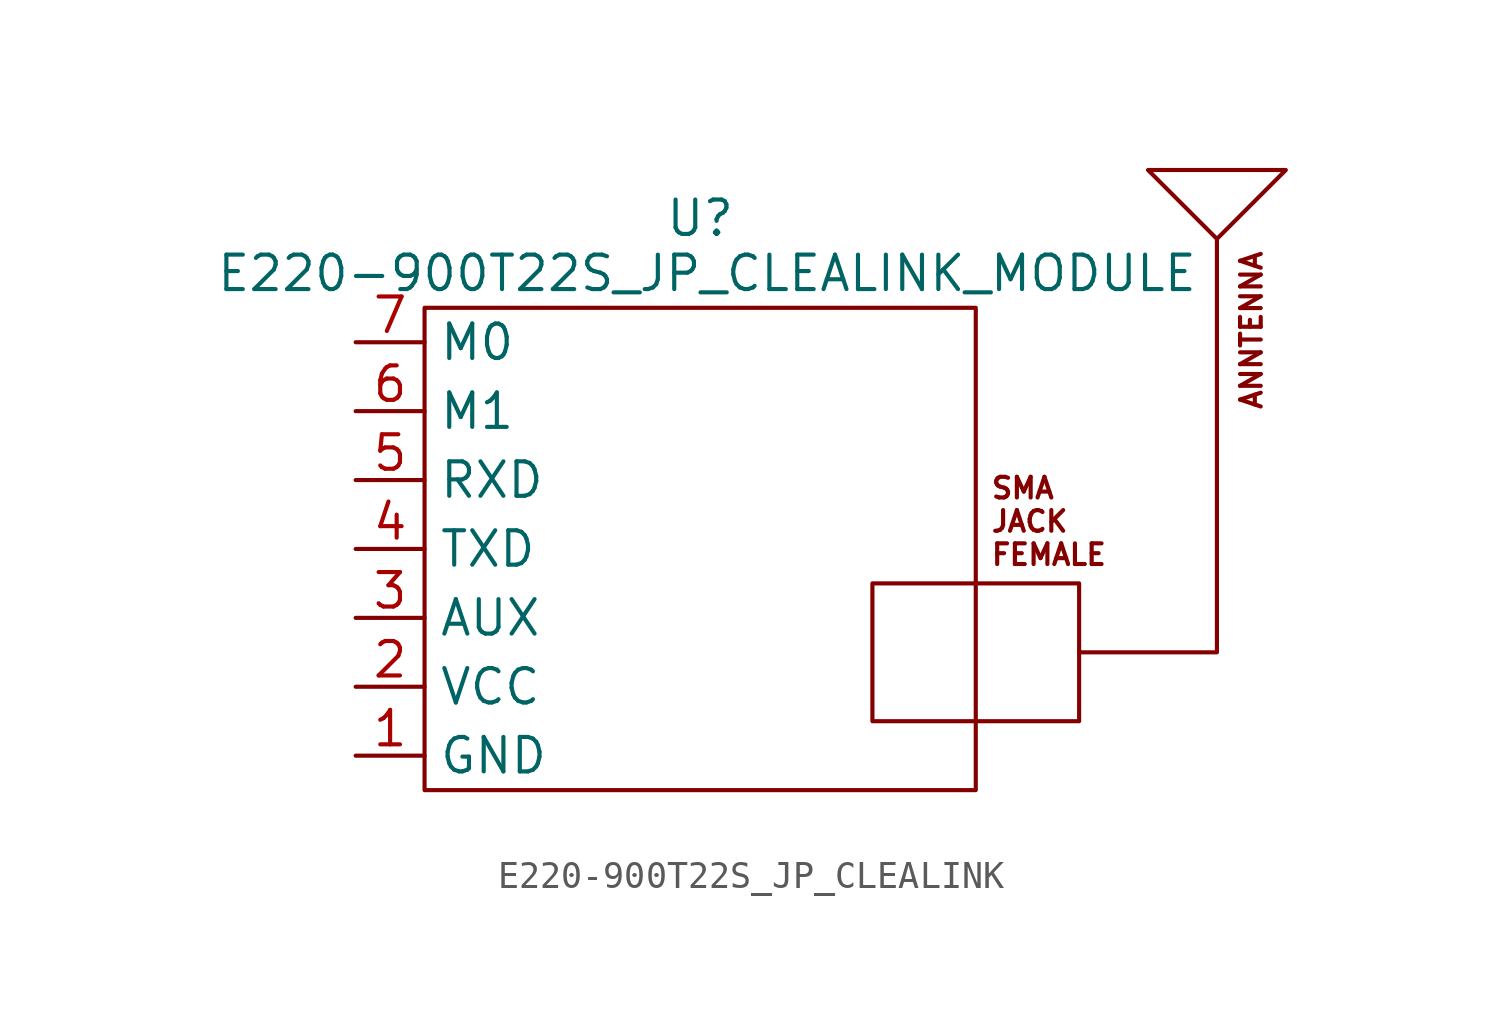
<source format=kicad_sym>
(kicad_symbol_lib
  (version 20241209)
  (generator "kicad_symbol_editor")
  (generator_version "9.0")
  (symbol "E220-900T22S_JP_CLEALINK"
    (property "Reference" "U"
      (at 0 12.192 0)
      (effects (font (size 1.27 1.27))))
    (property "Value" "E220-900T22S_JP_CLEALINK_MODULE"
      (at 0.254 10.16 0)
      (effects (font (size 1.27 1.27))))
    (symbol "E220-900T22S_JP_CLEALINK_0_1"
      (rectangle (start -10.16 8.89) (end 10.16 -8.89) (stroke (width 0) (type default)) (fill (type none)))
      (rectangle (start 6.35 -1.27) (end 13.97 -6.35) (stroke (width 0) (type default)) (fill (type none)))
      (polyline (pts (xy 13.97 -3.81) (xy 19.05 -3.81) (xy 19.05 11.43) (xy 16.51 13.97) (xy 21.59 13.97) (xy 19.05 11.43)) (stroke (width 0) (type default)) (fill (type none))))
    (symbol "E220-900T22S_JP_CLEALINK_1_1"
      (text "SMA\nJACK\nFEMALE" (at 10.668 1.016 0) (effects (font (size 0.762 0.762)) (justify left)))
      (text "ANNTENNA" (at 20.32 5.08 900) (effects (font (size 0.762 0.762)) (justify left)))
      (pin input line (at -12.7 7.62 0) (length 2.54) (name "M0" (effects (font (size 1.27 1.27)))) (number "7" (effects (font (size 1.27 1.27)))))
      (pin input line (at -12.7 5.08 0) (length 2.54) (name "M1" (effects (font (size 1.27 1.27)))) (number "6" (effects (font (size 1.27 1.27)))))
      (pin input line (at -12.7 2.54 0) (length 2.54) (name "RXD" (effects (font (size 1.27 1.27)))) (number "5" (effects (font (size 1.27 1.27)))))
      (pin output line (at -12.7 0 0) (length 2.54) (name "TXD" (effects (font (size 1.27 1.27)))) (number "4" (effects (font (size 1.27 1.27)))))
      (pin input line (at -12.7 -2.54 0) (length 2.54) (name "AUX" (effects (font (size 1.27 1.27)))) (number "3" (effects (font (size 1.27 1.27)))))
      (pin input line (at -12.7 -5.08 0) (length 2.54) (name "VCC" (effects (font (size 1.27 1.27)))) (number "2" (effects (font (size 1.27 1.27)))))
      (pin input line (at -12.7 -7.62 0) (length 2.54) (name "GND" (effects (font (size 1.27 1.27)))) (number "1" (effects (font (size 1.27 1.27))))))))
</source>
